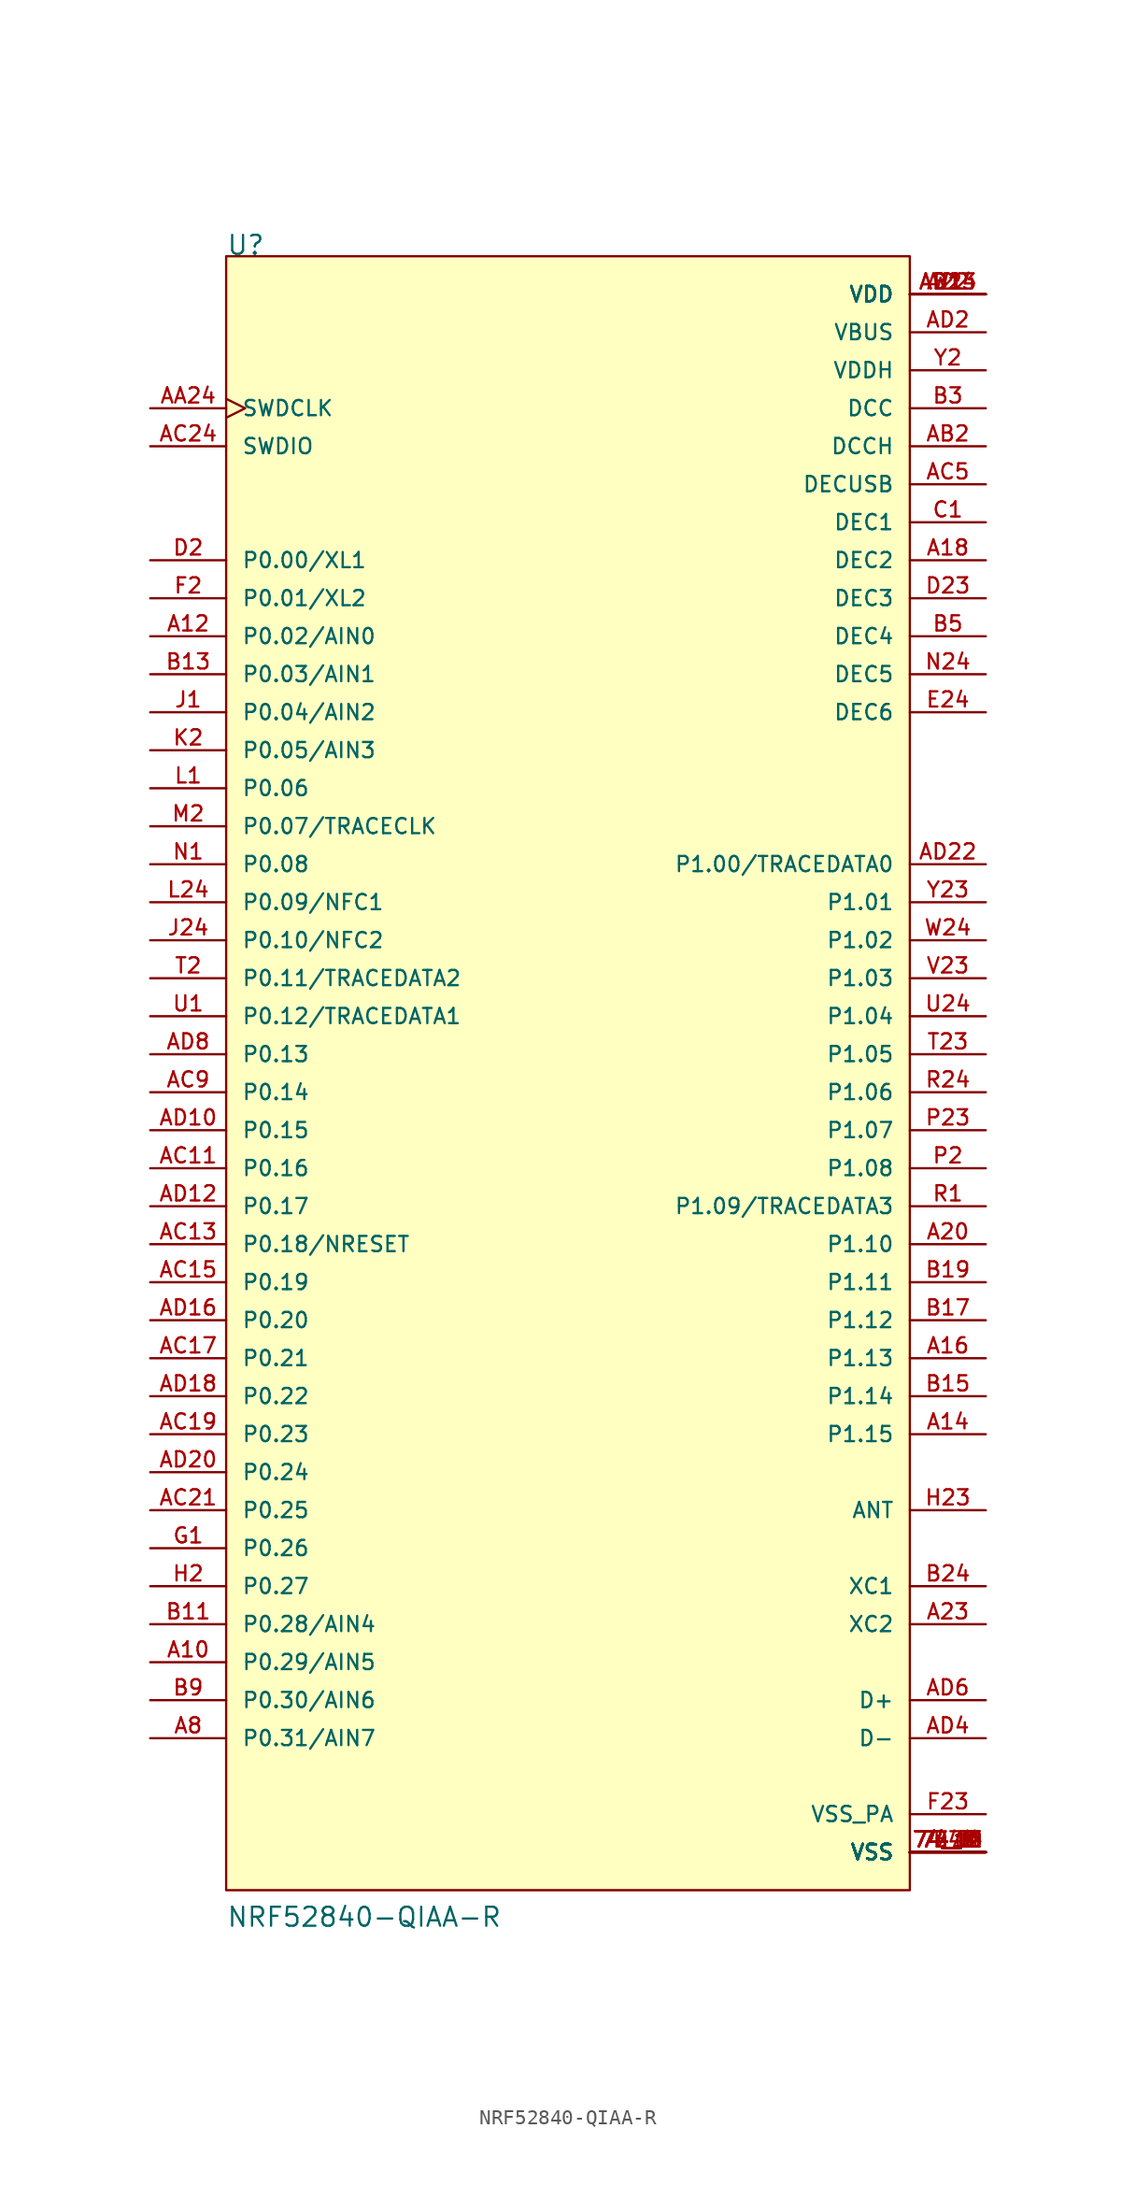
<source format=kicad_sym>
(kicad_symbol_lib
  (version 20210619)
  (generator kicad_symbol_editor)
  (symbol "NRF52840-QIAA-R"
    (pin_names
      (offset 1.016))
    (property "Reference" "U"
      (at -22.86 53.34 0)
      (effects (font (size 1.27 1.27)) (justify left bottom)))
    (property "Value" "NRF52840-QIAA-R"
      (at -22.86 -58.42 0)
      (effects (font (size 1.27 1.27)) (justify left bottom)))
    (property "ki_locked" ""
      (at 0 0 0)
      (effects (font (size 1.27 1.27))))
    (symbol "NRF52840-QIAA-R_0_0"
      (rectangle (start -22.86 -55.88) (end 22.86 53.34) (stroke (width 0.152)) (fill (type background)))
      (pin power_in line (at 27.94 -53.34 180) (length 5.08) (name "VSS" (effects (font (size 1.016 1.016)))) (number "74" (effects (font (size 1.016 1.016)))))
      (pin power_in line (at 27.94 -53.34 180) (length 5.08) (name "VSS" (effects (font (size 1.016 1.016)))) (number "74_1" (effects (font (size 1.016 1.016)))))
      (pin power_in line (at 27.94 -53.34 180) (length 5.08) (name "VSS" (effects (font (size 1.016 1.016)))) (number "74_10" (effects (font (size 1.016 1.016)))))
      (pin power_in line (at 27.94 -53.34 180) (length 5.08) (name "VSS" (effects (font (size 1.016 1.016)))) (number "74_11" (effects (font (size 1.016 1.016)))))
      (pin power_in line (at 27.94 -53.34 180) (length 5.08) (name "VSS" (effects (font (size 1.016 1.016)))) (number "74_12" (effects (font (size 1.016 1.016)))))
      (pin power_in line (at 27.94 -53.34 180) (length 5.08) (name "VSS" (effects (font (size 1.016 1.016)))) (number "74_13" (effects (font (size 1.016 1.016)))))
      (pin power_in line (at 27.94 -53.34 180) (length 5.08) (name "VSS" (effects (font (size 1.016 1.016)))) (number "74_14" (effects (font (size 1.016 1.016)))))
      (pin power_in line (at 27.94 -53.34 180) (length 5.08) (name "VSS" (effects (font (size 1.016 1.016)))) (number "74_15" (effects (font (size 1.016 1.016)))))
      (pin power_in line (at 27.94 -53.34 180) (length 5.08) (name "VSS" (effects (font (size 1.016 1.016)))) (number "74_16" (effects (font (size 1.016 1.016)))))
      (pin power_in line (at 27.94 -53.34 180) (length 5.08) (name "VSS" (effects (font (size 1.016 1.016)))) (number "74_2" (effects (font (size 1.016 1.016)))))
      (pin power_in line (at 27.94 -53.34 180) (length 5.08) (name "VSS" (effects (font (size 1.016 1.016)))) (number "74_3" (effects (font (size 1.016 1.016)))))
      (pin power_in line (at 27.94 -53.34 180) (length 5.08) (name "VSS" (effects (font (size 1.016 1.016)))) (number "74_4" (effects (font (size 1.016 1.016)))))
      (pin power_in line (at 27.94 -53.34 180) (length 5.08) (name "VSS" (effects (font (size 1.016 1.016)))) (number "74_5" (effects (font (size 1.016 1.016)))))
      (pin power_in line (at 27.94 -53.34 180) (length 5.08) (name "VSS" (effects (font (size 1.016 1.016)))) (number "74_6" (effects (font (size 1.016 1.016)))))
      (pin power_in line (at 27.94 -53.34 180) (length 5.08) (name "VSS" (effects (font (size 1.016 1.016)))) (number "74_7" (effects (font (size 1.016 1.016)))))
      (pin power_in line (at 27.94 -53.34 180) (length 5.08) (name "VSS" (effects (font (size 1.016 1.016)))) (number "74_8" (effects (font (size 1.016 1.016)))))
      (pin power_in line (at 27.94 -53.34 180) (length 5.08) (name "VSS" (effects (font (size 1.016 1.016)))) (number "74_9" (effects (font (size 1.016 1.016)))))
      (pin bidirectional line (at -27.94 -40.64 0) (length 5.08) (name "P0.29/AIN5" (effects (font (size 1.016 1.016)))) (number "A10" (effects (font (size 1.016 1.016)))))
      (pin bidirectional line (at -27.94 27.94 0) (length 5.08) (name "P0.02/AIN0" (effects (font (size 1.016 1.016)))) (number "A12" (effects (font (size 1.016 1.016)))))
      (pin bidirectional line (at 27.94 -25.4 180) (length 5.08) (name "P1.15" (effects (font (size 1.016 1.016)))) (number "A14" (effects (font (size 1.016 1.016)))))
      (pin bidirectional line (at 27.94 -20.32 180) (length 5.08) (name "P1.13" (effects (font (size 1.016 1.016)))) (number "A16" (effects (font (size 1.016 1.016)))))
      (pin power_in line (at 27.94 33.02 180) (length 5.08) (name "DEC2" (effects (font (size 1.016 1.016)))) (number "A18" (effects (font (size 1.016 1.016)))))
      (pin bidirectional line (at 27.94 -12.7 180) (length 5.08) (name "P1.10" (effects (font (size 1.016 1.016)))) (number "A20" (effects (font (size 1.016 1.016)))))
      (pin power_in line (at 27.94 50.8 180) (length 5.08) (name "VDD" (effects (font (size 1.016 1.016)))) (number "A22" (effects (font (size 1.016 1.016)))))
      (pin input line (at 27.94 -38.1 180) (length 5.08) (name "XC2" (effects (font (size 1.016 1.016)))) (number "A23" (effects (font (size 1.016 1.016)))))
      (pin bidirectional line (at -27.94 -45.72 0) (length 5.08) (name "P0.31/AIN7" (effects (font (size 1.016 1.016)))) (number "A8" (effects (font (size 1.016 1.016)))))
      (pin input clock (at -27.94 43.18 0) (length 5.08) (name "SWDCLK" (effects (font (size 1.016 1.016)))) (number "AA24" (effects (font (size 1.016 1.016)))))
      (pin power_in line (at 27.94 40.64 180) (length 5.08) (name "DCCH" (effects (font (size 1.016 1.016)))) (number "AB2" (effects (font (size 1.016 1.016)))))
      (pin bidirectional line (at -27.94 -7.62 0) (length 5.08) (name "P0.16" (effects (font (size 1.016 1.016)))) (number "AC11" (effects (font (size 1.016 1.016)))))
      (pin bidirectional line (at -27.94 -12.7 0) (length 5.08) (name "P0.18/NRESET" (effects (font (size 1.016 1.016)))) (number "AC13" (effects (font (size 1.016 1.016)))))
      (pin bidirectional line (at -27.94 -15.24 0) (length 5.08) (name "P0.19" (effects (font (size 1.016 1.016)))) (number "AC15" (effects (font (size 1.016 1.016)))))
      (pin bidirectional line (at -27.94 -20.32 0) (length 5.08) (name "P0.21" (effects (font (size 1.016 1.016)))) (number "AC17" (effects (font (size 1.016 1.016)))))
      (pin bidirectional line (at -27.94 -25.4 0) (length 5.08) (name "P0.23" (effects (font (size 1.016 1.016)))) (number "AC19" (effects (font (size 1.016 1.016)))))
      (pin bidirectional line (at -27.94 -30.48 0) (length 5.08) (name "P0.25" (effects (font (size 1.016 1.016)))) (number "AC21" (effects (font (size 1.016 1.016)))))
      (pin bidirectional line (at -27.94 40.64 0) (length 5.08) (name "SWDIO" (effects (font (size 1.016 1.016)))) (number "AC24" (effects (font (size 1.016 1.016)))))
      (pin power_in line (at 27.94 38.1 180) (length 5.08) (name "DECUSB" (effects (font (size 1.016 1.016)))) (number "AC5" (effects (font (size 1.016 1.016)))))
      (pin bidirectional line (at -27.94 -2.54 0) (length 5.08) (name "P0.14" (effects (font (size 1.016 1.016)))) (number "AC9" (effects (font (size 1.016 1.016)))))
      (pin bidirectional line (at -27.94 -5.08 0) (length 5.08) (name "P0.15" (effects (font (size 1.016 1.016)))) (number "AD10" (effects (font (size 1.016 1.016)))))
      (pin bidirectional line (at -27.94 -10.16 0) (length 5.08) (name "P0.17" (effects (font (size 1.016 1.016)))) (number "AD12" (effects (font (size 1.016 1.016)))))
      (pin power_in line (at 27.94 50.8 180) (length 5.08) (name "VDD" (effects (font (size 1.016 1.016)))) (number "AD14" (effects (font (size 1.016 1.016)))))
      (pin bidirectional line (at -27.94 -17.78 0) (length 5.08) (name "P0.20" (effects (font (size 1.016 1.016)))) (number "AD16" (effects (font (size 1.016 1.016)))))
      (pin bidirectional line (at -27.94 -22.86 0) (length 5.08) (name "P0.22" (effects (font (size 1.016 1.016)))) (number "AD18" (effects (font (size 1.016 1.016)))))
      (pin power_in line (at 27.94 48.26 180) (length 5.08) (name "VBUS" (effects (font (size 1.016 1.016)))) (number "AD2" (effects (font (size 1.016 1.016)))))
      (pin bidirectional line (at -27.94 -27.94 0) (length 5.08) (name "P0.24" (effects (font (size 1.016 1.016)))) (number "AD20" (effects (font (size 1.016 1.016)))))
      (pin bidirectional line (at 27.94 12.7 180) (length 5.08) (name "P1.00/TRACEDATA0" (effects (font (size 1.016 1.016)))) (number "AD22" (effects (font (size 1.016 1.016)))))
      (pin power_in line (at 27.94 50.8 180) (length 5.08) (name "VDD" (effects (font (size 1.016 1.016)))) (number "AD23" (effects (font (size 1.016 1.016)))))
      (pin bidirectional line (at 27.94 -45.72 180) (length 5.08) (name "D-" (effects (font (size 1.016 1.016)))) (number "AD4" (effects (font (size 1.016 1.016)))))
      (pin bidirectional line (at 27.94 -43.18 180) (length 5.08) (name "D+" (effects (font (size 1.016 1.016)))) (number "AD6" (effects (font (size 1.016 1.016)))))
      (pin bidirectional line (at -27.94 0 0) (length 5.08) (name "P0.13" (effects (font (size 1.016 1.016)))) (number "AD8" (effects (font (size 1.016 1.016)))))
      (pin power_in line (at 27.94 50.8 180) (length 5.08) (name "VDD" (effects (font (size 1.016 1.016)))) (number "B1" (effects (font (size 1.016 1.016)))))
      (pin bidirectional line (at -27.94 -38.1 0) (length 5.08) (name "P0.28/AIN4" (effects (font (size 1.016 1.016)))) (number "B11" (effects (font (size 1.016 1.016)))))
      (pin bidirectional line (at -27.94 25.4 0) (length 5.08) (name "P0.03/AIN1" (effects (font (size 1.016 1.016)))) (number "B13" (effects (font (size 1.016 1.016)))))
      (pin bidirectional line (at 27.94 -22.86 180) (length 5.08) (name "P1.14" (effects (font (size 1.016 1.016)))) (number "B15" (effects (font (size 1.016 1.016)))))
      (pin bidirectional line (at 27.94 -17.78 180) (length 5.08) (name "P1.12" (effects (font (size 1.016 1.016)))) (number "B17" (effects (font (size 1.016 1.016)))))
      (pin bidirectional line (at 27.94 -15.24 180) (length 5.08) (name "P1.11" (effects (font (size 1.016 1.016)))) (number "B19" (effects (font (size 1.016 1.016)))))
      (pin input line (at 27.94 -35.56 180) (length 5.08) (name "XC1" (effects (font (size 1.016 1.016)))) (number "B24" (effects (font (size 1.016 1.016)))))
      (pin power_in line (at 27.94 43.18 180) (length 5.08) (name "DCC" (effects (font (size 1.016 1.016)))) (number "B3" (effects (font (size 1.016 1.016)))))
      (pin power_in line (at 27.94 27.94 180) (length 5.08) (name "DEC4" (effects (font (size 1.016 1.016)))) (number "B5" (effects (font (size 1.016 1.016)))))
      (pin power_in line (at 27.94 -53.34 180) (length 5.08) (name "VSS" (effects (font (size 1.016 1.016)))) (number "B7" (effects (font (size 1.016 1.016)))))
      (pin bidirectional line (at -27.94 -43.18 0) (length 5.08) (name "P0.30/AIN6" (effects (font (size 1.016 1.016)))) (number "B9" (effects (font (size 1.016 1.016)))))
      (pin power_in line (at 27.94 35.56 180) (length 5.08) (name "DEC1" (effects (font (size 1.016 1.016)))) (number "C1" (effects (font (size 1.016 1.016)))))
      (pin bidirectional line (at -27.94 33.02 0) (length 5.08) (name "P0.00/XL1" (effects (font (size 1.016 1.016)))) (number "D2" (effects (font (size 1.016 1.016)))))
      (pin power_in line (at 27.94 30.48 180) (length 5.08) (name "DEC3" (effects (font (size 1.016 1.016)))) (number "D23" (effects (font (size 1.016 1.016)))))
      (pin power_in line (at 27.94 22.86 180) (length 5.08) (name "DEC6" (effects (font (size 1.016 1.016)))) (number "E24" (effects (font (size 1.016 1.016)))))
      (pin bidirectional line (at -27.94 30.48 0) (length 5.08) (name "P0.01/XL2" (effects (font (size 1.016 1.016)))) (number "F2" (effects (font (size 1.016 1.016)))))
      (pin power_in line (at 27.94 -50.8 180) (length 5.08) (name "VSS_PA" (effects (font (size 1.016 1.016)))) (number "F23" (effects (font (size 1.016 1.016)))))
      (pin bidirectional line (at -27.94 -33.02 0) (length 5.08) (name "P0.26" (effects (font (size 1.016 1.016)))) (number "G1" (effects (font (size 1.016 1.016)))))
      (pin bidirectional line (at -27.94 -35.56 0) (length 5.08) (name "P0.27" (effects (font (size 1.016 1.016)))) (number "H2" (effects (font (size 1.016 1.016)))))
      (pin passive line (at 27.94 -30.48 180) (length 5.08) (name "ANT" (effects (font (size 1.016 1.016)))) (number "H23" (effects (font (size 1.016 1.016)))))
      (pin bidirectional line (at -27.94 22.86 0) (length 5.08) (name "P0.04/AIN2" (effects (font (size 1.016 1.016)))) (number "J1" (effects (font (size 1.016 1.016)))))
      (pin bidirectional line (at -27.94 7.62 0) (length 5.08) (name "P0.10/NFC2" (effects (font (size 1.016 1.016)))) (number "J24" (effects (font (size 1.016 1.016)))))
      (pin bidirectional line (at -27.94 20.32 0) (length 5.08) (name "P0.05/AIN3" (effects (font (size 1.016 1.016)))) (number "K2" (effects (font (size 1.016 1.016)))))
      (pin bidirectional line (at -27.94 17.78 0) (length 5.08) (name "P0.06" (effects (font (size 1.016 1.016)))) (number "L1" (effects (font (size 1.016 1.016)))))
      (pin bidirectional line (at -27.94 10.16 0) (length 5.08) (name "P0.09/NFC1" (effects (font (size 1.016 1.016)))) (number "L24" (effects (font (size 1.016 1.016)))))
      (pin bidirectional line (at -27.94 15.24 0) (length 5.08) (name "P0.07/TRACECLK" (effects (font (size 1.016 1.016)))) (number "M2" (effects (font (size 1.016 1.016)))))
      (pin bidirectional line (at -27.94 12.7 0) (length 5.08) (name "P0.08" (effects (font (size 1.016 1.016)))) (number "N1" (effects (font (size 1.016 1.016)))))
      (pin power_in line (at 27.94 25.4 180) (length 5.08) (name "DEC5" (effects (font (size 1.016 1.016)))) (number "N24" (effects (font (size 1.016 1.016)))))
      (pin bidirectional line (at 27.94 -7.62 180) (length 5.08) (name "P1.08" (effects (font (size 1.016 1.016)))) (number "P2" (effects (font (size 1.016 1.016)))))
      (pin bidirectional line (at 27.94 -5.08 180) (length 5.08) (name "P1.07" (effects (font (size 1.016 1.016)))) (number "P23" (effects (font (size 1.016 1.016)))))
      (pin bidirectional line (at 27.94 -10.16 180) (length 5.08) (name "P1.09/TRACEDATA3" (effects (font (size 1.016 1.016)))) (number "R1" (effects (font (size 1.016 1.016)))))
      (pin bidirectional line (at 27.94 -2.54 180) (length 5.08) (name "P1.06" (effects (font (size 1.016 1.016)))) (number "R24" (effects (font (size 1.016 1.016)))))
      (pin bidirectional line (at -27.94 5.08 0) (length 5.08) (name "P0.11/TRACEDATA2" (effects (font (size 1.016 1.016)))) (number "T2" (effects (font (size 1.016 1.016)))))
      (pin bidirectional line (at 27.94 0 180) (length 5.08) (name "P1.05" (effects (font (size 1.016 1.016)))) (number "T23" (effects (font (size 1.016 1.016)))))
      (pin bidirectional line (at -27.94 2.54 0) (length 5.08) (name "P0.12/TRACEDATA1" (effects (font (size 1.016 1.016)))) (number "U1" (effects (font (size 1.016 1.016)))))
      (pin bidirectional line (at 27.94 2.54 180) (length 5.08) (name "P1.04" (effects (font (size 1.016 1.016)))) (number "U24" (effects (font (size 1.016 1.016)))))
      (pin bidirectional line (at 27.94 5.08 180) (length 5.08) (name "P1.03" (effects (font (size 1.016 1.016)))) (number "V23" (effects (font (size 1.016 1.016)))))
      (pin power_in line (at 27.94 50.8 180) (length 5.08) (name "VDD" (effects (font (size 1.016 1.016)))) (number "W1" (effects (font (size 1.016 1.016)))))
      (pin bidirectional line (at 27.94 7.62 180) (length 5.08) (name "P1.02" (effects (font (size 1.016 1.016)))) (number "W24" (effects (font (size 1.016 1.016)))))
      (pin power_in line (at 27.94 45.72 180) (length 5.08) (name "VDDH" (effects (font (size 1.016 1.016)))) (number "Y2" (effects (font (size 1.016 1.016)))))
      (pin bidirectional line (at 27.94 10.16 180) (length 5.08) (name "P1.01" (effects (font (size 1.016 1.016)))) (number "Y23" (effects (font (size 1.016 1.016))))))))
</source>
